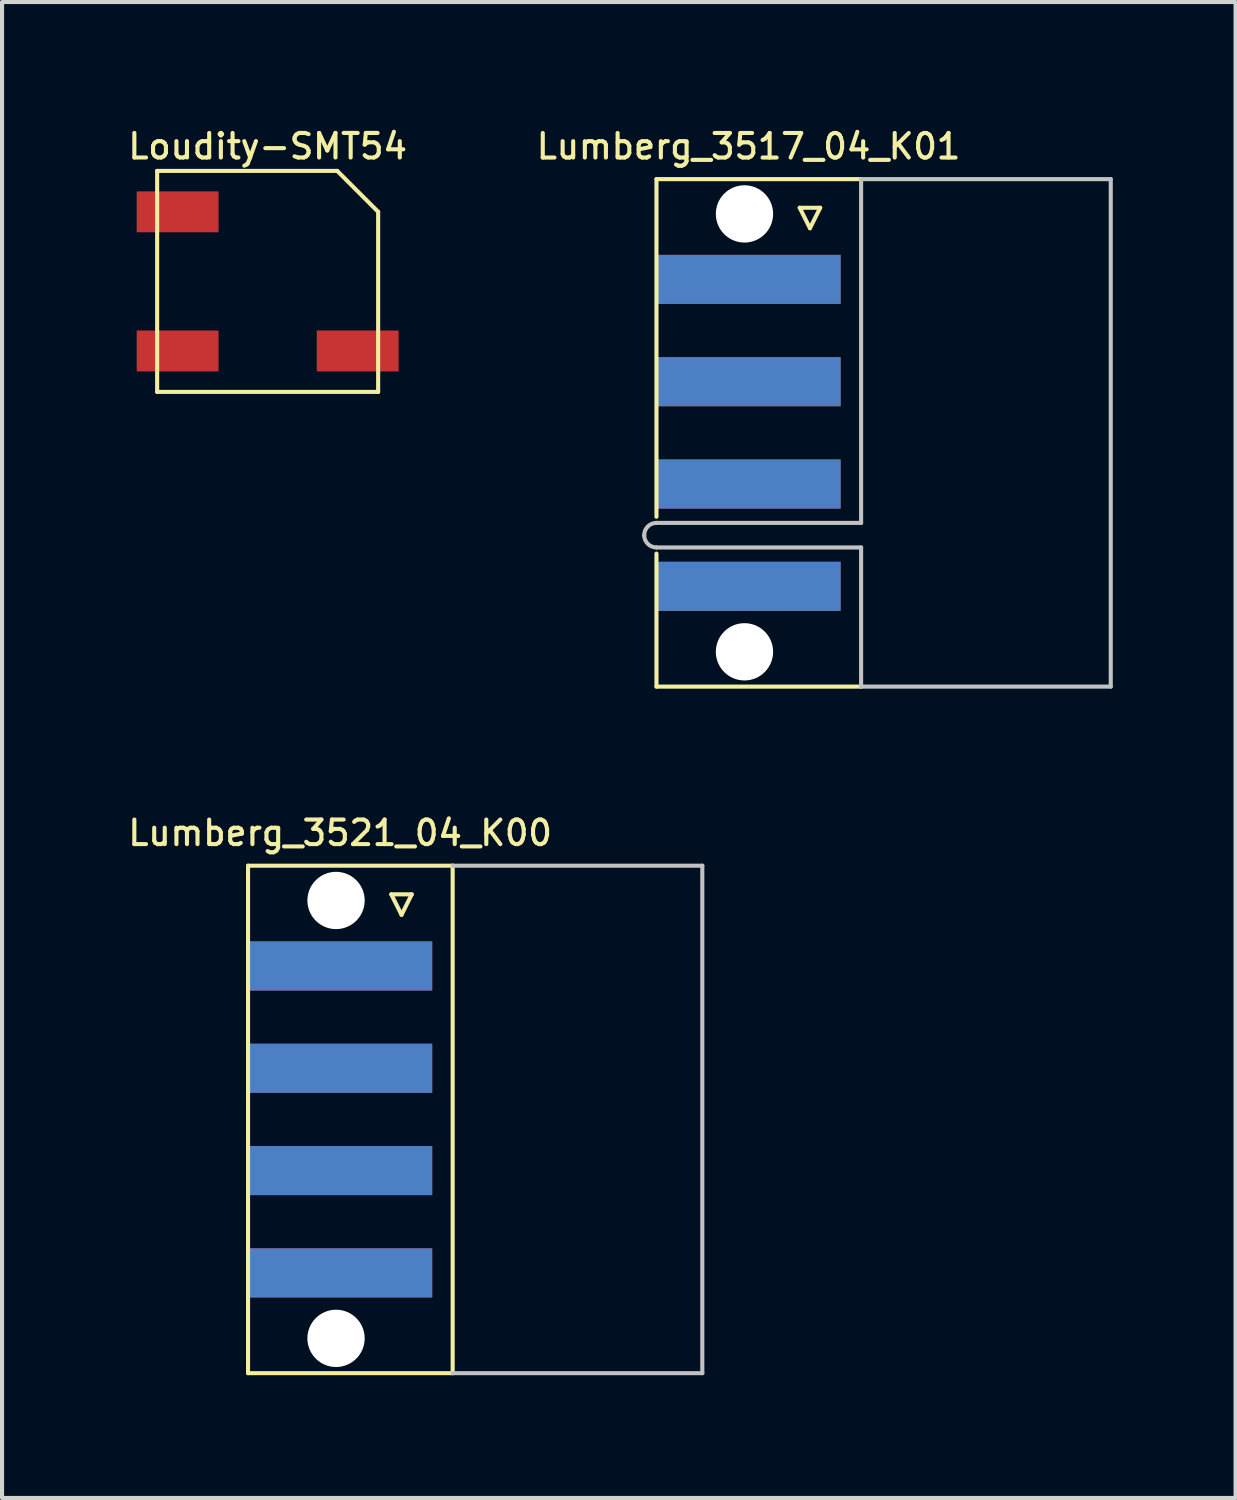
<source format=kicad_pcb>
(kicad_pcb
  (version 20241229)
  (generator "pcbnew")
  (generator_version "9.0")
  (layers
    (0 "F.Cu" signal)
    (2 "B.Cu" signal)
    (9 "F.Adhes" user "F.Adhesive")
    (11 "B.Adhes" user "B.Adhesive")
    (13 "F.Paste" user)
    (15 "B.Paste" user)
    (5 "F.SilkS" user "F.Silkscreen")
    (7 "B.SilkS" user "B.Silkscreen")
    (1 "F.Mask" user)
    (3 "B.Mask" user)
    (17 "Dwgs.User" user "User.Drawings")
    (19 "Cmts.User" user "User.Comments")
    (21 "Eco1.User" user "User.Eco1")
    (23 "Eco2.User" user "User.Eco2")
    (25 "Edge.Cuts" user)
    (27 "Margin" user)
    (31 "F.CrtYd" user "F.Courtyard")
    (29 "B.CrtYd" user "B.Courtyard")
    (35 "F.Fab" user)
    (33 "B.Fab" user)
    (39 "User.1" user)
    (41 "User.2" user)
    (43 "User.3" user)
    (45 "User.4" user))
  (footprint "Lumberg_3521_04_K00"
    (layer "F.Cu")
    (at 8.011 24.303)
    (property "Reference" "Lumberg_3521_04_K00" (at -2.75 -7 0) (unlocked yes) (layer "F.SilkS") (effects (font (size 0.6 0.6) (thickness 0.1) (bold yes))))
    (fp_line (start -5 -6.2) (end 0 -6.2) (stroke (width 0.1) (type default)) (layer "F.SilkS"))
    (fp_line (start -5 6.2) (end -5 -6.2) (stroke (width 0.1) (type default)) (layer "F.SilkS"))
    (fp_line (start -5 6.2) (end 0 6.2) (stroke (width 0.1) (type default)) (layer "F.SilkS"))
    (fp_line (start -1.5 -5.5) (end -1.25 -5) (stroke (width 0.1) (type default)) (layer "F.SilkS"))
    (fp_line (start -1.25 -5) (end -1 -5.5) (stroke (width 0.1) (type default)) (layer "F.SilkS"))
    (fp_line (start -1 -5.5) (end -1.5 -5.5) (stroke (width 0.1) (type default)) (layer "F.SilkS"))
    (fp_line (start 0 6.2) (end 0 -6.2) (stroke (width 0.1) (type default)) (layer "F.SilkS"))
    (fp_line (start 0 -6.2) (end 6.1 -6.2) (stroke (width 0.1) (type default)) (layer "Dwgs.User"))
    (fp_line (start 0 6.2) (end 6.1 6.2) (stroke (width 0.1) (type default)) (layer "Dwgs.User"))
    (fp_line (start 6.1 -6.2) (end 6.1 6.2) (stroke (width 0.1) (type default)) (layer "Dwgs.User"))
    (pad "" np_thru_hole circle (at -2.85 -5.35) (size 1.4 1.4) (drill 1.4) (layers "*.Cu" "*.Mask"))
    (pad "" np_thru_hole circle (at -2.85 5.35) (size 1.4 1.4) (drill 1.4) (layers "*.Cu" "*.Mask"))
    (pad "1" smd rect (at -2.75 -3.75) (size 4.5 1.2) (layers "F.Cu" "F.Mask"))
    (pad "1" smd rect (at -2.75 -3.75) (size 4.5 1.2) (layers "B.Cu" "B.Mask"))
    (pad "2" smd rect (at -2.75 -1.25) (size 4.5 1.2) (layers "F.Cu" "F.Mask"))
    (pad "2" smd rect (at -2.75 -1.25) (size 4.5 1.2) (layers "B.Cu" "B.Mask"))
    (pad "3" smd rect (at -2.75 1.25) (size 4.5 1.2) (layers "F.Cu" "F.Mask"))
    (pad "3" smd rect (at -2.75 1.25) (size 4.5 1.2) (layers "B.Cu" "B.Mask"))
    (pad "4" smd rect (at -2.75 3.75) (size 4.5 1.2) (layers "F.Cu" "F.Mask"))
    (pad "4" smd rect (at -2.75 3.75) (size 4.5 1.2) (layers "B.Cu" "B.Mask")))
  (footprint "Loudity-SMT54"
    (layer "F.Cu")
    (at 3.49 3.826)
    (property "Reference" "Loudity-SMT54" (at 0 -3.3 0) (layer "F.SilkS") (effects (font (size 0.6 0.6) (thickness 0.1))))
    (attr through_hole)
    (fp_line (start -2.7 -2.7) (end -2.7 2.7) (stroke (width 0.1) (type solid)) (layer "F.SilkS"))
    (fp_line (start -2.7 2.7) (end 2.7 2.7) (stroke (width 0.1) (type solid)) (layer "F.SilkS"))
    (fp_line (start 1.7 -2.7) (end -2.7 -2.7) (stroke (width 0.1) (type solid)) (layer "F.SilkS"))
    (fp_line (start 2.7 -1.7) (end 1.7 -2.7) (stroke (width 0.1) (type solid)) (layer "F.SilkS"))
    (fp_line (start 2.7 -1.7) (end 2.7 2.7) (stroke (width 0.1) (type solid)) (layer "F.SilkS"))
    (pad "0" smd rect (at -2.2 -1.7) (size 2 1) (layers "F.Cu" "F.Mask" "F.Paste"))
    (pad "1" smd rect (at -2.2 1.7) (size 2 1) (layers "F.Cu" "F.Mask" "F.Paste"))
    (pad "2" smd rect (at 2.2 1.7) (size 2 1) (layers "F.Cu" "F.Mask" "F.Paste")))
  (footprint "Lumberg_3517_04_K01"
    (layer "F.Cu")
    (at 17.991 7.527)
    (property "Reference" "Lumberg_3517_04_K01" (at -2.75 -7 0) (unlocked yes) (layer "F.SilkS") (effects (font (size 0.6 0.6) (thickness 0.1) (bold yes))))
    (fp_line (start -5 -6.2) (end 0 -6.2) (stroke (width 0.1) (type default)) (layer "F.SilkS"))
    (fp_line (start -5 2.05) (end -5 -6.2) (stroke (width 0.1) (type default)) (layer "F.SilkS"))
    (fp_line (start -5 2.95) (end -5 6.2) (stroke (width 0.1) (type default)) (layer "F.SilkS"))
    (fp_line (start -5 6.2) (end 0 6.2) (stroke (width 0.1) (type default)) (layer "F.SilkS"))
    (fp_line (start -1.5 -5.5) (end -1.25 -5) (stroke (width 0.1) (type default)) (layer "F.SilkS"))
    (fp_line (start -1.25 -5) (end -1 -5.5) (stroke (width 0.1) (type default)) (layer "F.SilkS"))
    (fp_line (start -1 -5.5) (end -1.5 -5.5) (stroke (width 0.1) (type default)) (layer "F.SilkS"))
    (fp_line (start 0 -6.2) (end 6.1 -6.2) (stroke (width 0.1) (type default)) (layer "Dwgs.User"))
    (fp_line (start 0 2.2) (end -5 2.2) (stroke (width 0.1) (type default)) (layer "Dwgs.User"))
    (fp_line (start 0 2.2) (end 0 -6.2) (stroke (width 0.1) (type default)) (layer "Dwgs.User"))
    (fp_line (start 0 2.8) (end -5 2.8) (stroke (width 0.1) (type default)) (layer "Dwgs.User"))
    (fp_line (start 0 2.8) (end 0 6.2) (stroke (width 0.1) (type default)) (layer "Dwgs.User"))
    (fp_line (start 0 6.2) (end 6.1 6.2) (stroke (width 0.1) (type default)) (layer "Dwgs.User"))
    (fp_line (start 6.1 -6.2) (end 6.1 6.2) (stroke (width 0.1) (type default)) (layer "Dwgs.User"))
    (fp_arc (start -5.3 2.5) (mid -5.212132 2.287868) (end -5 2.2) (stroke (width 0.1) (type default)) (layer "Dwgs.User"))
    (fp_arc (start -5 2.8) (mid -5.212132 2.712132) (end -5.3 2.5) (stroke (width 0.1) (type default)) (layer "Dwgs.User"))
    (pad "" np_thru_hole circle (at -2.85 -5.35) (size 1.4 1.4) (drill 1.4) (layers "*.Cu" "*.Mask"))
    (pad "" np_thru_hole circle (at -2.85 5.35) (size 1.4 1.4) (drill 1.4) (layers "*.Cu" "*.Mask"))
    (pad "1" smd rect (at -2.75 -3.75) (size 4.5 1.2) (layers "F.Cu" "F.Mask"))
    (pad "1" smd rect (at -2.75 -3.75) (size 4.5 1.2) (layers "B.Cu" "B.Mask"))
    (pad "2" smd rect (at -2.75 -1.25) (size 4.5 1.2) (layers "F.Cu" "F.Mask"))
    (pad "2" smd rect (at -2.75 -1.25) (size 4.5 1.2) (layers "B.Cu" "B.Mask"))
    (pad "3" smd rect (at -2.75 1.25) (size 4.5 1.2) (layers "F.Cu" "F.Mask"))
    (pad "3" smd rect (at -2.75 1.25) (size 4.5 1.2) (layers "B.Cu" "B.Mask"))
    (pad "4" smd rect (at -2.75 3.75) (size 4.5 1.2) (layers "F.Cu" "F.Mask"))
    (pad "4" smd rect (at -2.75 3.75) (size 4.5 1.2) (layers "B.Cu" "B.Mask")))
  (gr_rect
    (start -3 -3)
    (end 27.141 33.553)
    (stroke (width 0.1) (type default))
    (fill no)
    (layer "Edge.Cuts")))
</source>
